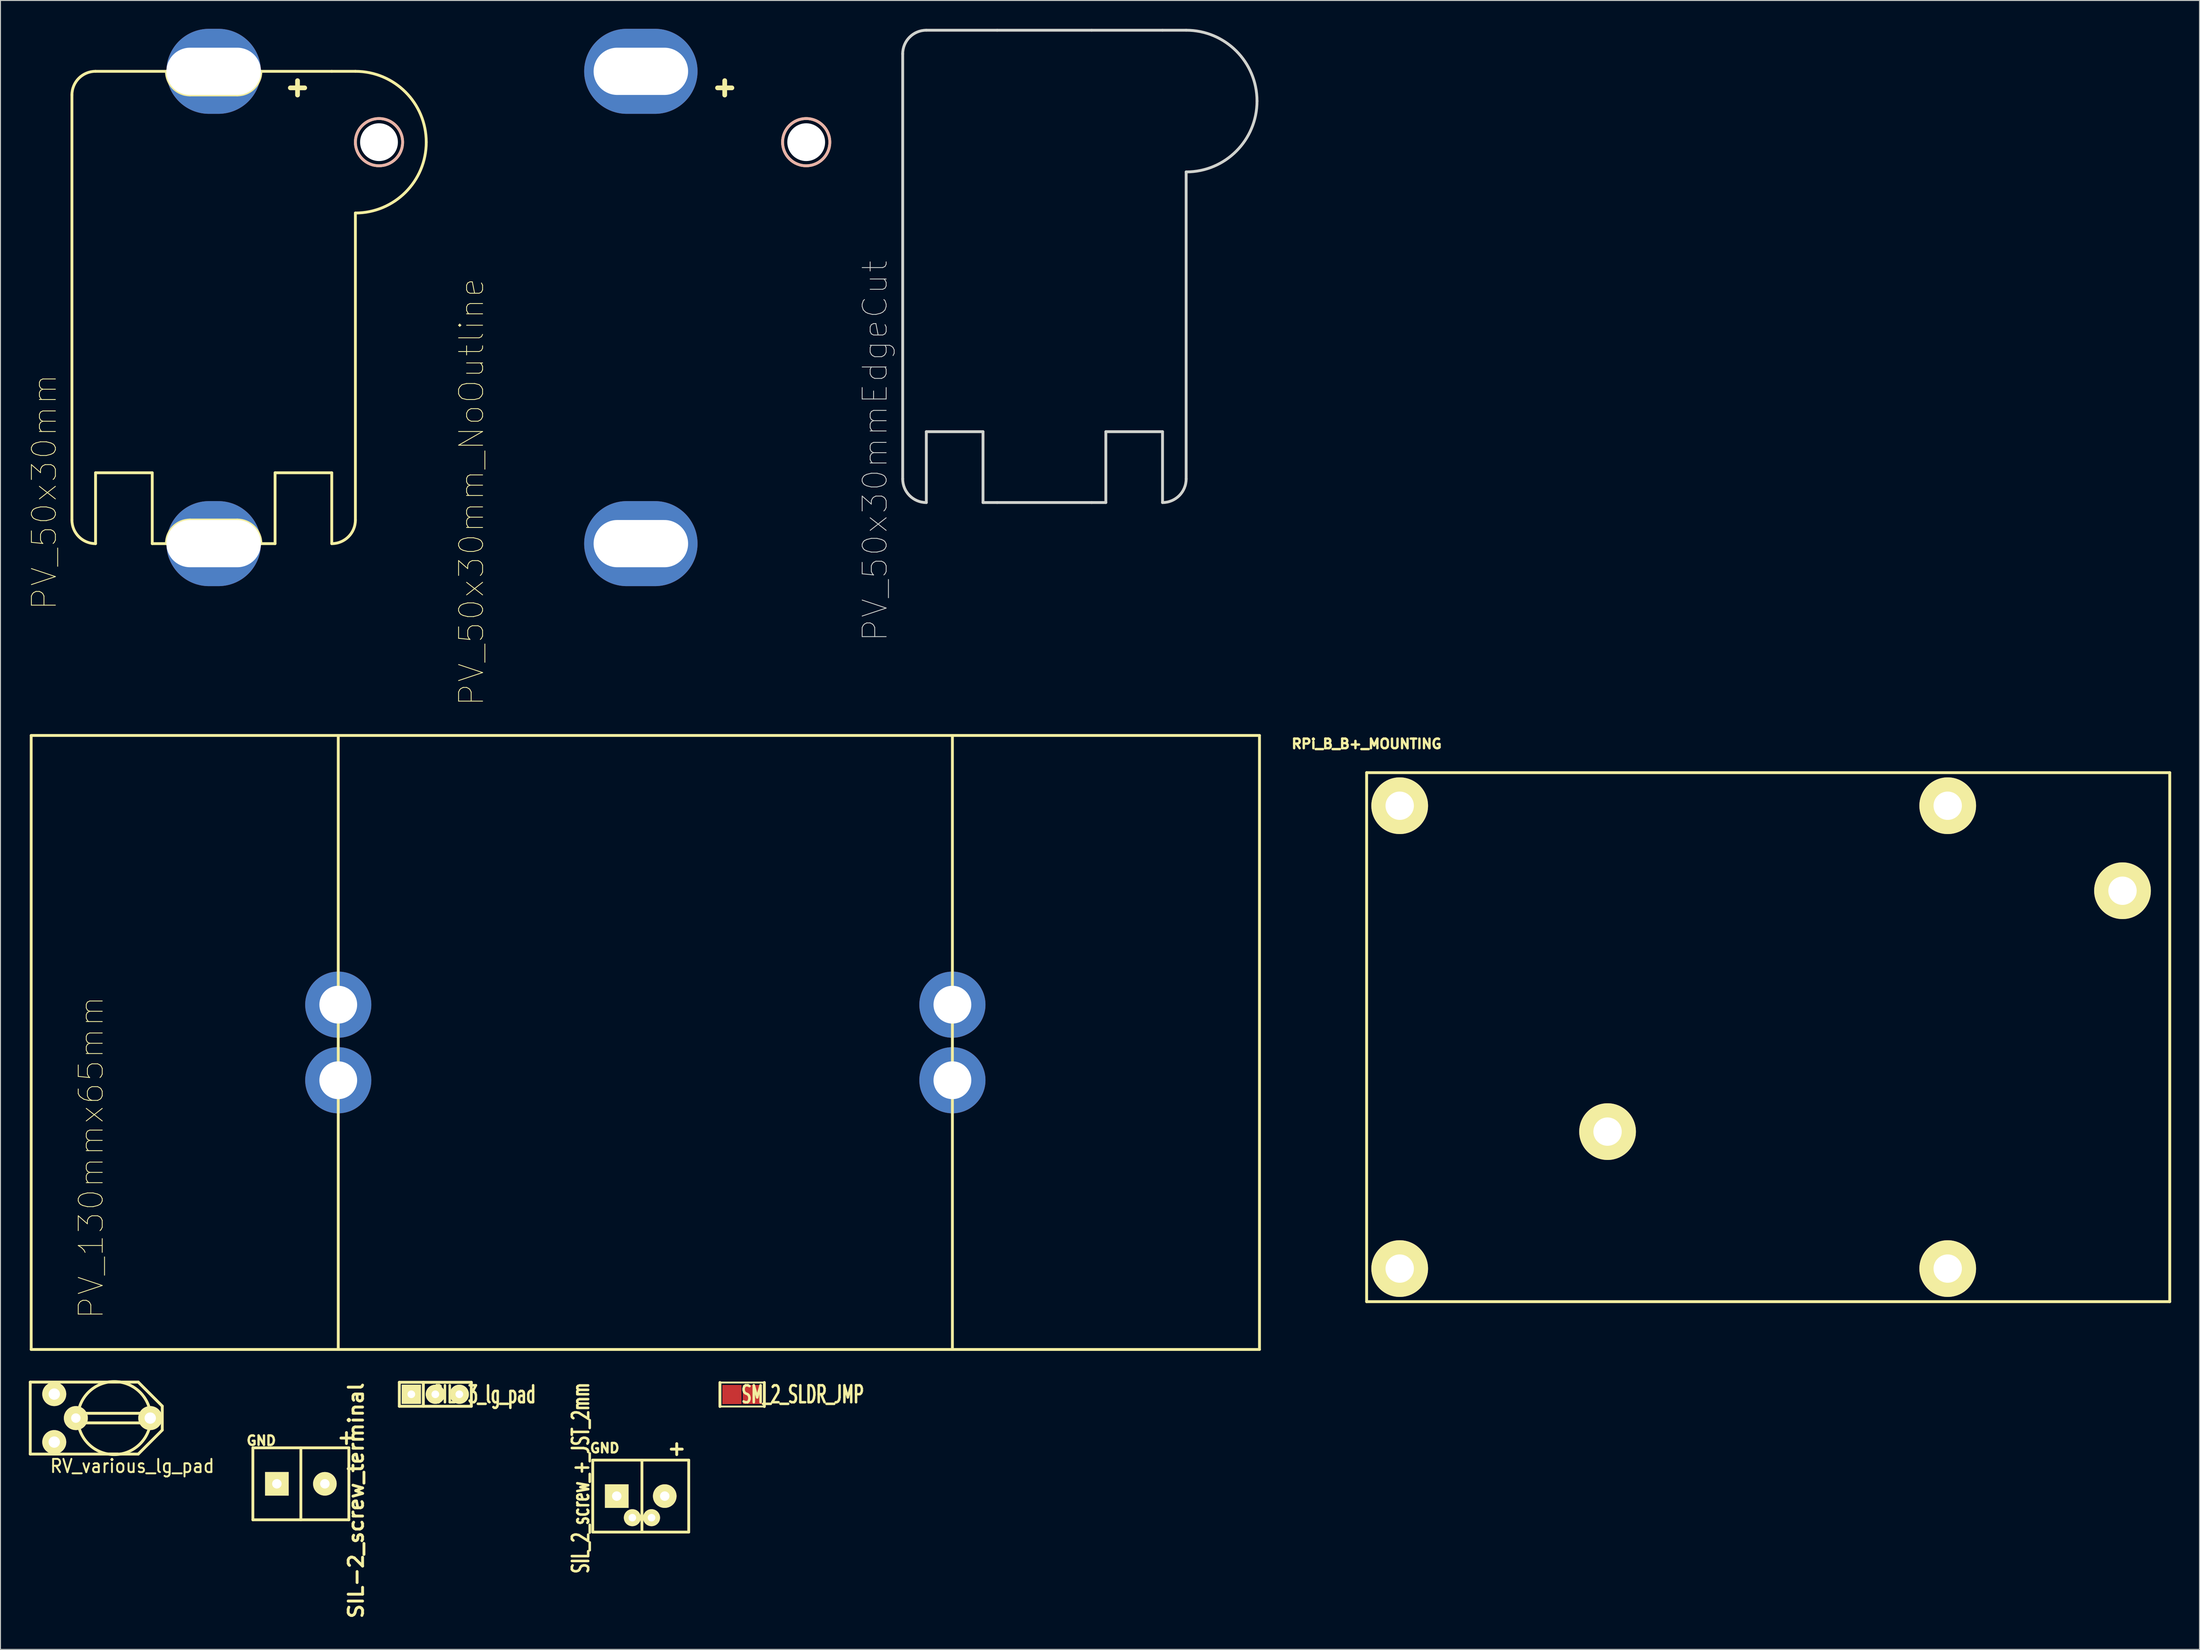
<source format=kicad_pcb>
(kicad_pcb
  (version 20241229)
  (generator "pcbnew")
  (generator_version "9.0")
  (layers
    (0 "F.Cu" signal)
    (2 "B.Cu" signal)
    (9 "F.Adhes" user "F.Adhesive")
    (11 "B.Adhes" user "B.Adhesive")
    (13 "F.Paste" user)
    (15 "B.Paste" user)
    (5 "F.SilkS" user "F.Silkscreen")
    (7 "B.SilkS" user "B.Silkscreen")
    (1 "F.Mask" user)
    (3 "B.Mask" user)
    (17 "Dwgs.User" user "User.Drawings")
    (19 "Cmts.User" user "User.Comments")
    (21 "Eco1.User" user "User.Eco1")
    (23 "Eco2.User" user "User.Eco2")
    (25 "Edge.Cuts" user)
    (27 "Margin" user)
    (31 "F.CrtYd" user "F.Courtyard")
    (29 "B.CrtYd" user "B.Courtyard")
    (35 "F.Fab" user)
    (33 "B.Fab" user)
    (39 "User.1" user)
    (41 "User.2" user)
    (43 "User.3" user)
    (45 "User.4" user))
  (footprint "PV_50x30mm_NoOutline"
    (layer "F.Cu")
    (at 49.776 54.5)
    (property "Reference" "PV_50x30mm_NoOutline" (at -2.921 -5.461 90) (layer "F.SilkS") (effects (font (size 2.54 2.54) (thickness 0.089))))
    (attr exclude_from_pos_files exclude_from_bom)
    (fp_circle (center 32.5 -42.5) (end 32.5 -45) (stroke (width 0.3) (type solid)) (fill no) (layer "F.SilkS"))
    (fp_circle (center 32.5 -42.5) (end 32.5 -45) (stroke (width 0.3) (type solid)) (fill no) (layer "B.SilkS"))
    (fp_text user "+" (at 23.876 -48.387 0) (layer "F.SilkS") (effects (font (size 2 2) (thickness 0.5))))
    (pad "" np_thru_hole circle (at 32.5 -42.5) (size 4 4) (drill 4) (layers "*.Cu" "*.Mask"))
    (pad "1" thru_hole oval (at 15 -50) (size 12 9) (drill oval 10 5) (layers "*.Cu" "*.Mask"))
    (pad "2" thru_hole oval (at 15 0) (size 12 9) (drill oval 10 5) (layers "*.Cu" "*.Mask")))
  (footprint "SIL-2_screw_terminal"
    (layer "F.Cu")
    (at 26.253 154.03)
    (property "Reference" "SIL-2_screw_terminal" (at 8.382 1.778 90) (layer "F.SilkS") (effects (font (size 1.524 1.524) (thickness 0.305))))
    (attr through_hole)
    (fp_line (start -2.54 -3.81) (end 7.62 -3.81) (stroke (width 0.3) (type solid)) (layer "F.SilkS"))
    (fp_line (start -2.54 3.81) (end -2.54 -3.81) (stroke (width 0.3) (type solid)) (layer "F.SilkS"))
    (fp_line (start -2.54 3.81) (end 7.62 3.81) (stroke (width 0.3) (type solid)) (layer "F.SilkS"))
    (fp_line (start 2.54 -3.81) (end 2.54 3.81) (stroke (width 0.3) (type solid)) (layer "F.SilkS"))
    (fp_line (start 7.62 3.81) (end 7.62 -3.81) (stroke (width 0.3) (type solid)) (layer "F.SilkS"))
    (fp_text user "+" (at 7.366 -4.953 0) (layer "F.SilkS") (effects (font (size 1.524 1.524) (thickness 0.305))))
    (fp_text user "GND" (at -1.651 -4.572 180) (layer "F.SilkS") (effects (font (size 1 1) (thickness 0.25))))
    (pad "1" thru_hole rect (at 0 0) (size 2.499 2.499) (drill 1.001) (layers "*.Cu" "*.Mask" "F.SilkS"))
    (pad "2" thru_hole circle (at 5.08 0) (size 2.499 2.499) (drill 1.001) (layers "*.Cu" "*.Mask" "F.SilkS")))
  (footprint "RPi_B_B+_MOUNTING"
    (layer "F.Cu")
    (at 141.59 78.746)
    (property "Reference" "RPi_B_B+_MOUNTING" (at 0 -3.048 0) (layer "F.SilkS") (effects (font (size 1.016 1.016) (thickness 0.254))))
    (attr through_hole)
    (fp_line (start 0 0) (end 85 0) (stroke (width 0.305) (type solid)) (layer "F.SilkS"))
    (fp_line (start 0 56) (end 0 0) (stroke (width 0.305) (type solid)) (layer "F.SilkS"))
    (fp_line (start 85 0) (end 85 56) (stroke (width 0.305) (type solid)) (layer "F.SilkS"))
    (fp_line (start 85 56) (end 0 56) (stroke (width 0.305) (type solid)) (layer "F.SilkS"))
    (pad "" np_thru_hole circle (at 3.5 3.5) (size 6 6) (drill 3) (layers "*.Cu" "*.Mask" "F.SilkS"))
    (pad "" np_thru_hole circle (at 3.5 52.5) (size 6 6) (drill 3) (layers "*.Cu" "*.Mask" "F.SilkS"))
    (pad "" np_thru_hole circle (at 25.5 38) (size 6 6) (drill 3) (layers "*.Cu" "*.Mask" "F.SilkS"))
    (pad "" np_thru_hole circle (at 61.5 3.5) (size 6 6) (drill 3) (layers "*.Cu" "*.Mask" "F.SilkS"))
    (pad "" np_thru_hole circle (at 61.5 52.5) (size 6 6) (drill 3) (layers "*.Cu" "*.Mask" "F.SilkS"))
    (pad "" np_thru_hole circle (at 80 12.5) (size 6 6) (drill 3) (layers "*.Cu" "*.Mask" "F.SilkS")))
  (footprint "PV_50x30mm"
    (layer "F.Cu")
    (at 4.563 54.5)
    (property "Reference" "PV_50x30mm" (at -2.921 -5.461 90) (layer "F.SilkS") (effects (font (size 2.54 2.54) (thickness 0.089))))
    (attr exclude_from_pos_files exclude_from_bom)
    (fp_line (start 0 -2.5) (end 0 -47.5) (stroke (width 0.3) (type solid)) (layer "F.SilkS"))
    (fp_line (start 2.5 -50) (end 10 -50) (stroke (width 0.3) (type solid)) (layer "F.SilkS"))
    (fp_line (start 2.5 -7.5) (end 8.5 -7.5) (stroke (width 0.3) (type solid)) (layer "F.SilkS"))
    (fp_line (start 2.5 0) (end 2.5 -7.5) (stroke (width 0.3) (type solid)) (layer "F.SilkS"))
    (fp_line (start 8.5 -7.5) (end 8.5 0) (stroke (width 0.3) (type solid)) (layer "F.SilkS"))
    (fp_line (start 8.5 0) (end 10 0) (stroke (width 0.3) (type solid)) (layer "F.SilkS"))
    (fp_line (start 12.5 -47.5) (end 17.5 -47.5) (stroke (width 0.3) (type solid)) (layer "F.SilkS"))
    (fp_line (start 12.5 -2.5) (end 17.5 -2.5) (stroke (width 0.3) (type solid)) (layer "F.SilkS"))
    (fp_line (start 20 -50) (end 27.5 -50) (stroke (width 0.3) (type solid)) (layer "F.SilkS"))
    (fp_line (start 20 0) (end 21.5 0) (stroke (width 0.3) (type solid)) (layer "F.SilkS"))
    (fp_line (start 21.5 -7.5) (end 27.5 -7.5) (stroke (width 0.3) (type solid)) (layer "F.SilkS"))
    (fp_line (start 21.5 0) (end 21.5 -7.5) (stroke (width 0.3) (type solid)) (layer "F.SilkS"))
    (fp_line (start 27.5 -50) (end 30 -50) (stroke (width 0.3) (type solid)) (layer "F.SilkS"))
    (fp_line (start 27.5 -7.5) (end 27.5 0) (stroke (width 0.3) (type solid)) (layer "F.SilkS"))
    (fp_line (start 30 -2.5) (end 30 -35) (stroke (width 0.3) (type solid)) (layer "F.SilkS"))
    (fp_arc (start 0 -47.5) (mid 0.732233 -49.267767) (end 2.5 -50) (stroke (width 0.3) (type solid)) (layer "F.SilkS"))
    (fp_arc (start 2.5 0) (mid 0.732233 -0.732233) (end 0 -2.5) (stroke (width 0.3) (type solid)) (layer "F.SilkS"))
    (fp_arc (start 10 0) (mid 10.732233 -1.767767) (end 12.5 -2.5) (stroke (width 0.3) (type solid)) (layer "F.SilkS"))
    (fp_arc (start 12.5 -47.5) (mid 10.732233 -48.232233) (end 10 -50) (stroke (width 0.3) (type solid)) (layer "F.SilkS"))
    (fp_arc (start 17.5 -2.5) (mid 19.267767 -1.767767) (end 20 0) (stroke (width 0.3) (type solid)) (layer "F.SilkS"))
    (fp_arc (start 20 -50) (mid 19.267767 -48.232233) (end 17.5 -47.5) (stroke (width 0.3) (type solid)) (layer "F.SilkS"))
    (fp_arc (start 30 -50) (mid 35.303301 -47.803301) (end 37.5 -42.5) (stroke (width 0.3) (type solid)) (layer "F.SilkS"))
    (fp_arc (start 30 -2.5) (mid 29.267767 -0.732233) (end 27.5 0) (stroke (width 0.3) (type solid)) (layer "F.SilkS"))
    (fp_arc (start 37.5 -42.5) (mid 35.303301 -37.196699) (end 30 -35) (stroke (width 0.3) (type solid)) (layer "F.SilkS"))
    (fp_circle (center 32.5 -42.5) (end 32.5 -45) (stroke (width 0.3) (type solid)) (fill no) (layer "F.SilkS"))
    (fp_circle (center 32.5 -42.5) (end 32.5 -45) (stroke (width 0.3) (type solid)) (fill no) (layer "B.SilkS"))
    (fp_text user "+" (at 23.876 -48.387 0) (layer "F.SilkS") (effects (font (size 2 2) (thickness 0.5))))
    (pad "" np_thru_hole circle (at 32.5 -42.5) (size 4 4) (drill 4) (layers "*.Cu" "*.Mask"))
    (pad "1" thru_hole oval (at 15 -50) (size 10 9) (drill oval 10 5) (layers "*.Cu" "*.Mask"))
    (pad "2" thru_hole oval (at 15 0) (size 10 9) (drill oval 10 5) (layers "*.Cu" "*.Mask")))
  (footprint "SM_2_SLDR_JMP"
    (layer "F.Cu")
    (at 76.957 144.577)
    (property "Reference" "SM_2_SLDR_JMP" (at 4.953 0 0) (layer "F.SilkS") (effects (font (size 1.791 1.077) (thickness 0.269))))
    (attr through_hole)
    (fp_line (start -3.81 -1.27) (end 0.889 -1.27) (stroke (width 0.2) (type solid)) (layer "F.SilkS"))
    (fp_line (start -3.81 1.27) (end -3.81 -1.27) (stroke (width 0.305) (type solid)) (layer "F.SilkS"))
    (fp_line (start -3.81 1.27) (end 0.889 1.27) (stroke (width 0.2) (type solid)) (layer "F.SilkS"))
    (fp_line (start 0.889 -1.27) (end 0.889 1.27) (stroke (width 0.305) (type solid)) (layer "F.SilkS"))
    (pad "1" smd rect (at -2.54 0) (size 2.032 2.032) (layers "F.Cu" "F.Mask" "F.Paste"))
    (pad "2" smd rect (at -0.381 0) (size 2.032 2.032) (layers "F.Cu" "F.Mask" "F.Paste")))
  (footprint "PV_130mmx65mm"
    (layer "F.Cu")
    (at 0.25 139.807)
    (property "Reference" "PV_130mmx65mm" (at 6.35 -20.32 90) (layer "F.SilkS") (effects (font (size 2.54 2.54) (thickness 0.089))))
    (attr exclude_from_pos_files exclude_from_bom)
    (fp_line (start 0 -65) (end 0 0) (stroke (width 0.3) (type solid)) (layer "F.SilkS"))
    (fp_line (start 0 0) (end 130 0) (stroke (width 0.3) (type solid)) (layer "F.SilkS"))
    (fp_line (start 32.5 0) (end 32.5 -65) (stroke (width 0.3) (type solid)) (layer "F.SilkS"))
    (fp_line (start 97.5 0) (end 97.5 -65) (stroke (width 0.3) (type solid)) (layer "F.SilkS"))
    (fp_line (start 130 -65) (end 0 -65) (stroke (width 0.3) (type solid)) (layer "F.SilkS"))
    (fp_line (start 130 0) (end 130 -65) (stroke (width 0.3) (type solid)) (layer "F.SilkS"))
    (pad "1" thru_hole circle (at 32.5 -36.5) (size 7 7) (drill 4) (layers "*.Cu" "*.Mask"))
    (pad "1" thru_hole circle (at 97.5 -36.5) (size 7 7) (drill 4) (layers "*.Cu" "*.Mask"))
    (pad "2" thru_hole circle (at 32.5 -28.5) (size 7 7) (drill 4) (layers "*.Cu" "*.Mask"))
    (pad "2" thru_hole circle (at 97.5 -28.5) (size 7 7) (drill 4) (layers "*.Cu" "*.Mask")))
  (footprint "SIL-3_lg_pad"
    (layer "F.Cu")
    (at 43.024 144.552)
    (property "Reference" "SIL-3_lg_pad" (at 5.169 0.025 0) (layer "F.SilkS") (effects (font (size 1.791 1.077) (thickness 0.269))))
    (attr through_hole)
    (fp_line (start -3.81 -1.27) (end 3.81 -1.27) (stroke (width 0.305) (type solid)) (layer "F.SilkS"))
    (fp_line (start -3.81 1.27) (end -3.81 -1.27) (stroke (width 0.305) (type solid)) (layer "F.SilkS"))
    (fp_line (start -1.27 -1.27) (end -1.27 1.27) (stroke (width 0.305) (type solid)) (layer "F.SilkS"))
    (fp_line (start 3.81 -1.27) (end 3.81 1.27) (stroke (width 0.305) (type solid)) (layer "F.SilkS"))
    (fp_line (start 3.81 1.27) (end -3.81 1.27) (stroke (width 0.305) (type solid)) (layer "F.SilkS"))
    (pad "1" thru_hole rect (at -2.54 0) (size 2.032 2.032) (drill 0.813) (layers "*.Cu" "*.Mask" "F.SilkS"))
    (pad "2" thru_hole circle (at 0 0) (size 2.032 2.032) (drill 0.813) (layers "*.Cu" "*.Mask" "F.SilkS"))
    (pad "3" thru_hole circle (at 2.54 0) (size 2.032 2.032) (drill 0.813) (layers "*.Cu" "*.Mask" "F.SilkS")))
  (footprint "RV_various_lg_pad"
    (layer "F.Cu")
    (at 7.772 147.072)
    (property "Reference" "RV_various_lg_pad" (at 3.175 5.08 0) (layer "F.SilkS") (effects (font (size 1.397 1.27) (thickness 0.203))))
    (attr through_hole)
    (fp_line (start -7.62 -3.81) (end 3.81 -3.81) (stroke (width 0.305) (type solid)) (layer "F.SilkS"))
    (fp_line (start -7.62 3.81) (end -7.62 -3.81) (stroke (width 0.305) (type solid)) (layer "F.SilkS"))
    (fp_line (start -2.54 -0.508) (end 4.953 -0.508) (stroke (width 0.305) (type solid)) (layer "F.SilkS"))
    (fp_line (start -2.54 0.508) (end 4.953 0.508) (stroke (width 0.305) (type solid)) (layer "F.SilkS"))
    (fp_line (start 0.762 -3.81) (end 1.905 -3.81) (stroke (width 0.305) (type solid)) (layer "F.SilkS"))
    (fp_line (start 1.651 3.81) (end 0.762 3.81) (stroke (width 0.305) (type solid)) (layer "F.SilkS"))
    (fp_line (start 3.81 -3.81) (end 6.35 -1.27) (stroke (width 0.305) (type solid)) (layer "F.SilkS"))
    (fp_line (start 3.81 3.81) (end -7.62 3.81) (stroke (width 0.305) (type solid)) (layer "F.SilkS"))
    (fp_line (start 6.35 -1.27) (end 6.35 1.27) (stroke (width 0.305) (type solid)) (layer "F.SilkS"))
    (fp_line (start 6.35 1.27) (end 3.81 3.81) (stroke (width 0.305) (type solid)) (layer "F.SilkS"))
    (fp_circle (center 1.27 0) (end -2.54 -0.635) (stroke (width 0.305) (type solid)) (fill no) (layer "F.SilkS"))
    (pad "1" thru_hole circle (at -5.08 -2.54) (size 2.54 2.54) (drill 1.2) (layers "*.Cu" "*.Mask" "F.SilkS"))
    (pad "2" thru_hole circle (at -2.794 0) (size 2.54 2.54) (drill 1) (layers "*.Cu" "*.Mask" "F.SilkS"))
    (pad "2" thru_hole circle (at 5.08 0) (size 2.54 2.54) (drill 1.2) (layers "*.Cu" "*.Mask" "F.SilkS"))
    (pad "3" thru_hole circle (at -5.08 2.54) (size 2.54 2.54) (drill 1.2) (layers "*.Cu" "*.Mask" "F.SilkS")))
  (footprint "PV_50x30mmEdgeCut"
    (layer "F.Cu")
    (at 92.489 50.15)
    (property "Reference" "PV_50x30mmEdgeCut" (at -2.921 -5.461 90) (layer "Edge.Cuts") (effects (font (size 2.54 2.54) (thickness 0.089))))
    (attr exclude_from_pos_files exclude_from_bom)
    (fp_line (start 0 -2.5) (end 0 -47.5) (stroke (width 0.3) (type solid)) (layer "Edge.Cuts"))
    (fp_line (start 2.5 -50) (end 10 -50) (stroke (width 0.3) (type solid)) (layer "Edge.Cuts"))
    (fp_line (start 2.5 -7.5) (end 8.5 -7.5) (stroke (width 0.3) (type solid)) (layer "Edge.Cuts"))
    (fp_line (start 2.5 0) (end 2.5 -7.5) (stroke (width 0.3) (type solid)) (layer "Edge.Cuts"))
    (fp_line (start 8.5 -7.5) (end 8.5 0) (stroke (width 0.3) (type solid)) (layer "Edge.Cuts"))
    (fp_line (start 8.5 0) (end 10 0) (stroke (width 0.3) (type solid)) (layer "Edge.Cuts"))
    (fp_line (start 10 -50) (end 20 -50) (stroke (width 0.3) (type solid)) (layer "Edge.Cuts"))
    (fp_line (start 10 0) (end 20 0) (stroke (width 0.3) (type solid)) (layer "Edge.Cuts"))
    (fp_line (start 20 -50) (end 27.5 -50) (stroke (width 0.3) (type solid)) (layer "Edge.Cuts"))
    (fp_line (start 20 0) (end 21.5 0) (stroke (width 0.3) (type solid)) (layer "Edge.Cuts"))
    (fp_line (start 21.5 -7.5) (end 27.5 -7.5) (stroke (width 0.3) (type solid)) (layer "Edge.Cuts"))
    (fp_line (start 21.5 0) (end 21.5 -7.5) (stroke (width 0.3) (type solid)) (layer "Edge.Cuts"))
    (fp_line (start 27.5 -50) (end 30 -50) (stroke (width 0.3) (type solid)) (layer "Edge.Cuts"))
    (fp_line (start 27.5 -7.5) (end 27.5 0) (stroke (width 0.3) (type solid)) (layer "Edge.Cuts"))
    (fp_line (start 30 -2.5) (end 30 -35) (stroke (width 0.3) (type solid)) (layer "Edge.Cuts"))
    (fp_arc (start 0 -47.5) (mid 0.732233 -49.267767) (end 2.5 -50) (stroke (width 0.3) (type solid)) (layer "Edge.Cuts"))
    (fp_arc (start 2.5 0) (mid 0.732233 -0.732233) (end 0 -2.5) (stroke (width 0.3) (type solid)) (layer "Edge.Cuts"))
    (fp_arc (start 30 -50) (mid 35.303301 -47.803301) (end 37.5 -42.5) (stroke (width 0.3) (type solid)) (layer "Edge.Cuts"))
    (fp_arc (start 30 -2.5) (mid 29.267767 -0.732233) (end 27.5 0) (stroke (width 0.3) (type solid)) (layer "Edge.Cuts"))
    (fp_arc (start 37.5 -42.5) (mid 35.303301 -37.196699) (end 30 -35) (stroke (width 0.3) (type solid)) (layer "Edge.Cuts")))
  (footprint "SIL_2_screw_+_JST_2mm"
    (layer "F.Cu")
    (at 62.224 155.33)
    (property "Reference" "SIL_2_screw_+_JST_2mm" (at -3.81 -1.905 270) (layer "F.SilkS") (effects (font (size 1.73 1.087) (thickness 0.272))))
    (attr through_hole)
    (fp_line (start -2.54 -3.81) (end 7.62 -3.81) (stroke (width 0.3) (type solid)) (layer "F.SilkS"))
    (fp_line (start -2.54 3.81) (end -2.54 -3.81) (stroke (width 0.3) (type solid)) (layer "F.SilkS"))
    (fp_line (start -2.54 3.81) (end 7.62 3.81) (stroke (width 0.3) (type solid)) (layer "F.SilkS"))
    (fp_line (start 2.667 -3.81) (end 2.667 3.81) (stroke (width 0.3) (type solid)) (layer "F.SilkS"))
    (fp_line (start 7.62 3.81) (end 7.62 -3.81) (stroke (width 0.3) (type solid)) (layer "F.SilkS"))
    (fp_text user "+" (at 6.35 -5.08 0) (layer "F.SilkS") (effects (font (size 1.524 1.524) (thickness 0.305))))
    (fp_text user "GND" (at -1.27 -5.08 0) (layer "F.SilkS") (effects (font (size 1 1) (thickness 0.25))))
    (pad "1" thru_hole rect (at 0 0) (size 2.499 2.499) (drill 1.001) (layers "*.Cu" "*.Mask" "F.SilkS"))
    (pad "1" thru_hole circle (at 1.651 2.286) (size 1.8 1.8) (drill 0.8) (layers "*.Cu" "*.Mask" "F.SilkS"))
    (pad "2" thru_hole circle (at 3.683 2.286) (size 1.8 1.8) (drill 0.8) (layers "*.Cu" "*.Mask" "F.SilkS"))
    (pad "2" thru_hole circle (at 5.08 0) (size 2.499 2.499) (drill 1.001) (layers "*.Cu" "*.Mask" "F.SilkS")))
  (gr_rect
    (start -3 -3)
    (end 229.742 171.559)
    (stroke (width 0.1) (type default))
    (fill no)
    (layer "Edge.Cuts")))
</source>
